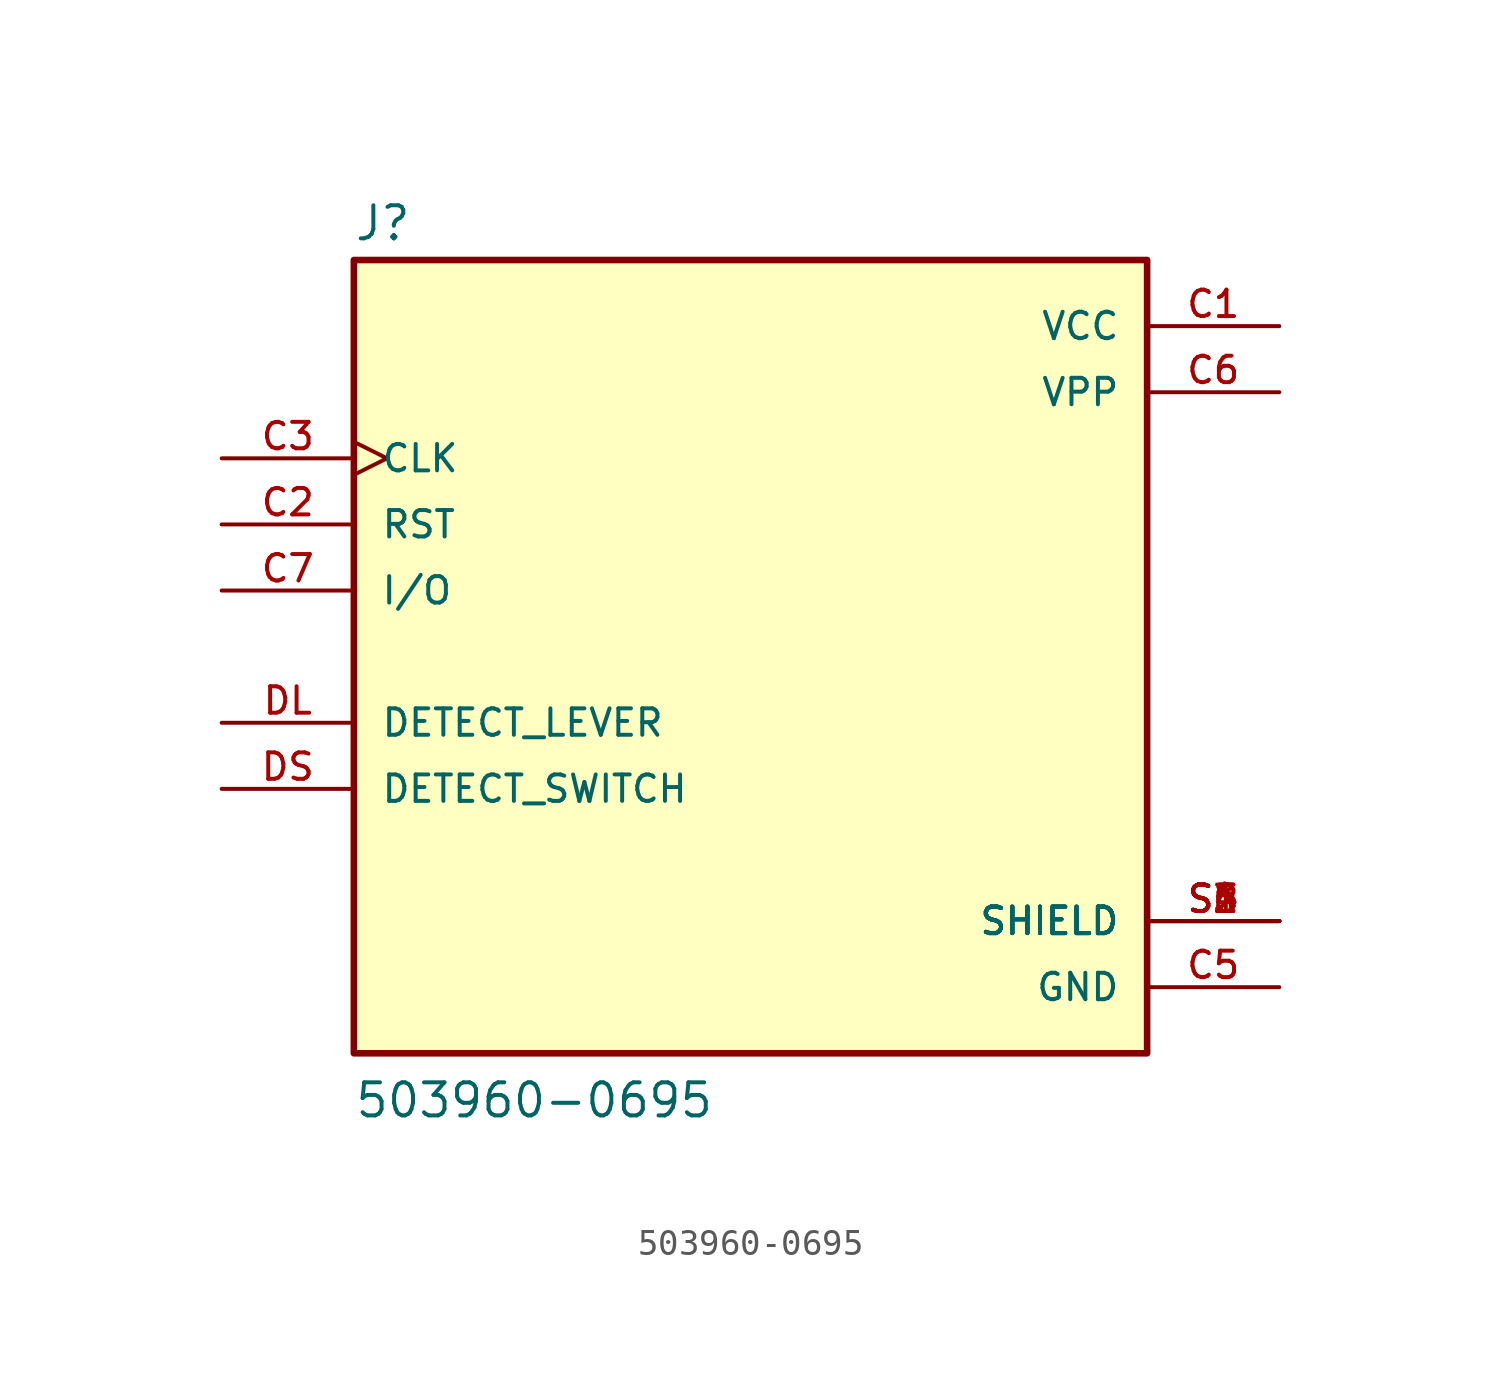
<source format=kicad_sym>
(kicad_symbol_lib
  (version 20211014)
  (generator kicad_symbol_editor)
  (symbol "503960-0695"
    (pin_names
      (offset 1.016))
    (property "Reference" "J"
      (at -15.257 15.91 0)
      (effects (font (size 1.27 1.27)) (justify bottom left)))
    (property "Value" "503960-0695"
      (at -15.245 -17.79 0)
      (effects (font (size 1.27 1.27)) (justify bottom left)))
    (symbol "503960-0695_0_0"
      (rectangle (start -15.24 -15.24) (end 15.24 15.24) (stroke (width 0.254)) (fill (type background)))
      (pin input line (at -20.32 5.08 0) (length 5.08) (name "RST" (effects (font (size 1.016 1.016)))) (number "C2" (effects (font (size 1.016 1.016)))))
      (pin power_in line (at 20.32 12.7 180.0) (length 5.08) (name "VCC" (effects (font (size 1.016 1.016)))) (number "C1" (effects (font (size 1.016 1.016)))))
      (pin input clock (at -20.32 7.62 0) (length 5.08) (name "CLK" (effects (font (size 1.016 1.016)))) (number "C3" (effects (font (size 1.016 1.016)))))
      (pin power_in line (at 20.32 -12.7 180.0) (length 5.08) (name "GND" (effects (font (size 1.016 1.016)))) (number "C5" (effects (font (size 1.016 1.016)))))
      (pin power_in line (at 20.32 10.16 180.0) (length 5.08) (name "VPP" (effects (font (size 1.016 1.016)))) (number "C6" (effects (font (size 1.016 1.016)))))
      (pin bidirectional line (at -20.32 2.54 0) (length 5.08) (name "I/O" (effects (font (size 1.016 1.016)))) (number "C7" (effects (font (size 1.016 1.016)))))
      (pin passive line (at -20.32 -2.54 0) (length 5.08) (name "DETECT_LEVER" (effects (font (size 1.016 1.016)))) (number "DL" (effects (font (size 1.016 1.016)))))
      (pin power_in line (at 20.32 -10.16 180.0) (length 5.08) (name "SHIELD" (effects (font (size 1.016 1.016)))) (number "S1" (effects (font (size 1.016 1.016)))))
      (pin power_in line (at 20.32 -10.16 180.0) (length 5.08) (name "SHIELD" (effects (font (size 1.016 1.016)))) (number "S2" (effects (font (size 1.016 1.016)))))
      (pin power_in line (at 20.32 -10.16 180.0) (length 5.08) (name "SHIELD" (effects (font (size 1.016 1.016)))) (number "S3" (effects (font (size 1.016 1.016)))))
      (pin power_in line (at 20.32 -10.16 180.0) (length 5.08) (name "SHIELD" (effects (font (size 1.016 1.016)))) (number "S4" (effects (font (size 1.016 1.016)))))
      (pin power_in line (at 20.32 -10.16 180.0) (length 5.08) (name "SHIELD" (effects (font (size 1.016 1.016)))) (number "S5" (effects (font (size 1.016 1.016)))))
      (pin power_in line (at 20.32 -10.16 180.0) (length 5.08) (name "SHIELD" (effects (font (size 1.016 1.016)))) (number "S6" (effects (font (size 1.016 1.016)))))
      (pin passive line (at -20.32 -5.08 0) (length 5.08) (name "DETECT_SWITCH" (effects (font (size 1.016 1.016)))) (number "DS" (effects (font (size 1.016 1.016))))))))
</source>
